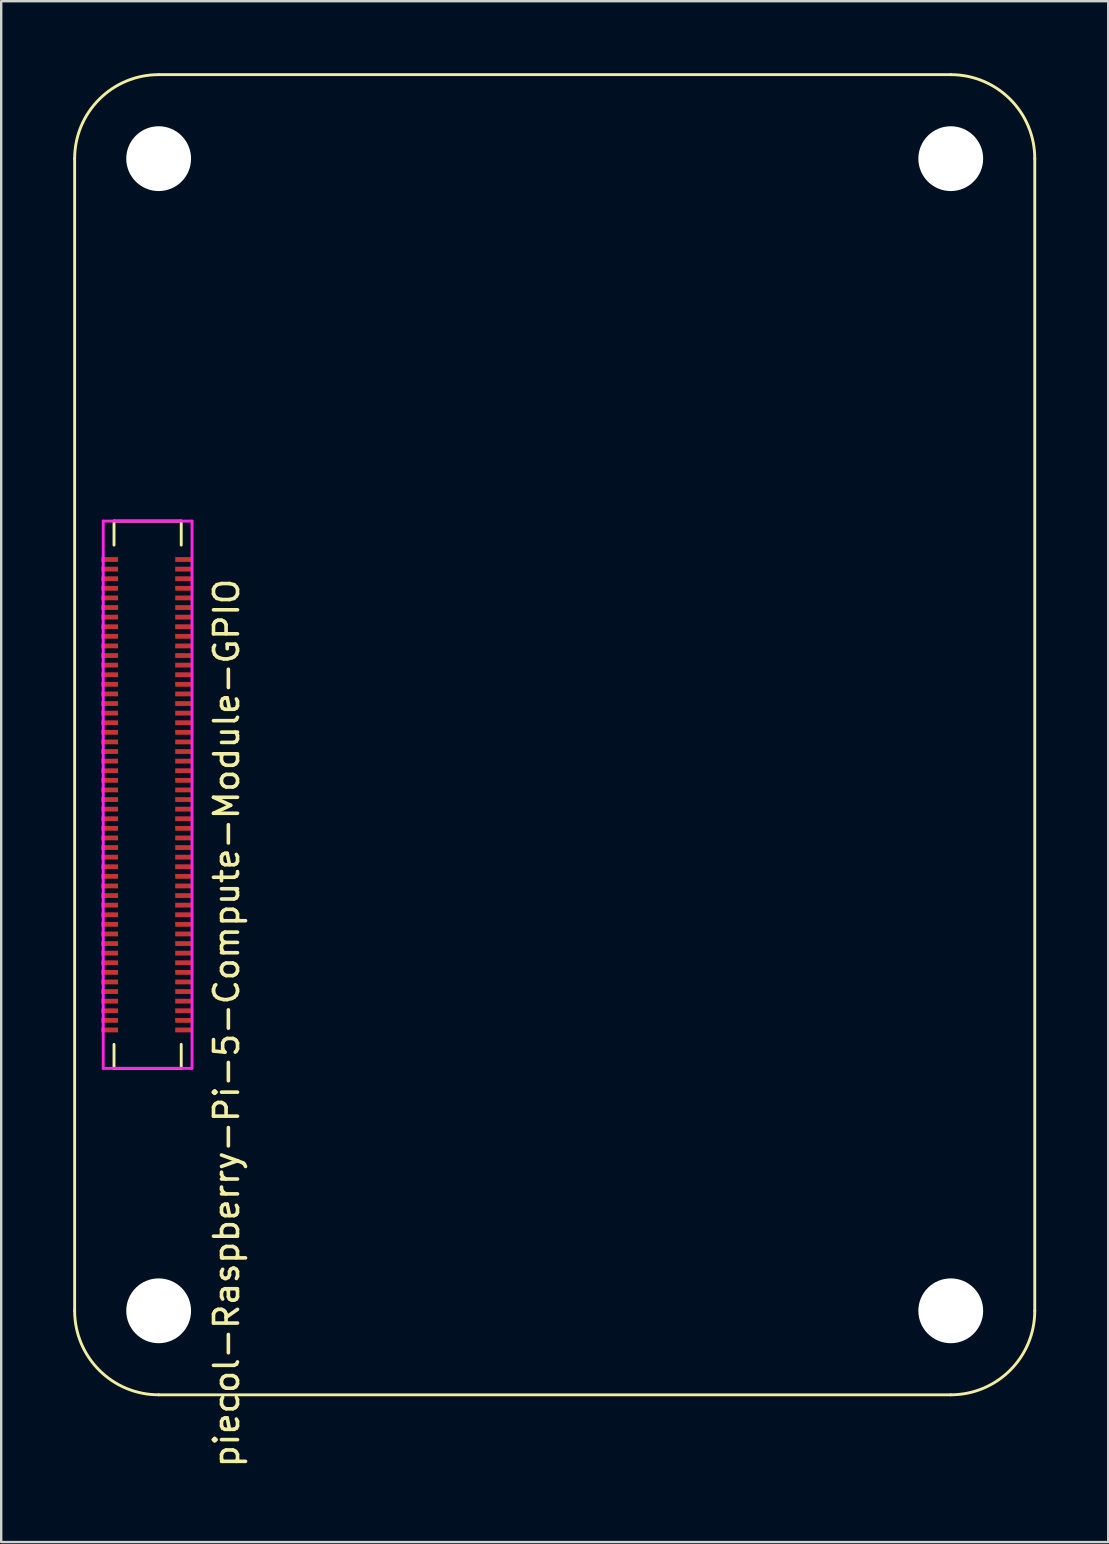
<source format=kicad_pcb>
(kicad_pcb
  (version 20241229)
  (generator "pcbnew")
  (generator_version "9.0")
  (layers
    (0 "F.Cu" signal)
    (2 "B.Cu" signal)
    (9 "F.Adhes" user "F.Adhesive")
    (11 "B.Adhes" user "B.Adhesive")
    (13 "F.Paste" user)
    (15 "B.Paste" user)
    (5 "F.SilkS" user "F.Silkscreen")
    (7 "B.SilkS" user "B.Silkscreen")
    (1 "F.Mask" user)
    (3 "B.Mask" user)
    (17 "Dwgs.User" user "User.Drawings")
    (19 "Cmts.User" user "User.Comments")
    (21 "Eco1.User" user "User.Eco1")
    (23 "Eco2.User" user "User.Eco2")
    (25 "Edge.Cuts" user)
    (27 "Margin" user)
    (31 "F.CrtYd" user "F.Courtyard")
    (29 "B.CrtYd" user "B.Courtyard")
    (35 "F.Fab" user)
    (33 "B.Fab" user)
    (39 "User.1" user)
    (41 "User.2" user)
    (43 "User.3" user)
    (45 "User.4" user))
  (footprint "piecol-Raspberry-Pi-5-Compute-Module-GPIO"
    (layer "F.Cu")
    (at 3.56 51.56)
    (property "Reference" "piecol-Raspberry-Pi-5-Compute-Module-GPIO" (at 2.83 -11.99 270) (layer "F.SilkS") (effects (font (size 1 1) (thickness 0.15))))
    (attr smd)
    (fp_line (start -3.5 -48) (end -3.5 0) (stroke (width 0.12) (type solid)) (layer "F.SilkS"))
    (fp_line (start -1.86 -32.9) (end -1.86 -31.9) (stroke (width 0.12) (type solid)) (layer "F.SilkS"))
    (fp_line (start -1.86 -32.9) (end 0.94 -32.9) (stroke (width 0.12) (type solid)) (layer "F.SilkS"))
    (fp_line (start -1.86 -10.1) (end -1.86 -11.1) (stroke (width 0.12) (type solid)) (layer "F.SilkS"))
    (fp_line (start -1.86 -10.1) (end 0.94 -10.1) (stroke (width 0.12) (type solid)) (layer "F.SilkS"))
    (fp_line (start 0 3.5) (end 33 3.5) (stroke (width 0.12) (type solid)) (layer "F.SilkS"))
    (fp_line (start 0.94 -32.9) (end 0.94 -31.9) (stroke (width 0.12) (type solid)) (layer "F.SilkS"))
    (fp_line (start 0.94 -10.1) (end 0.94 -11.1) (stroke (width 0.12) (type solid)) (layer "F.SilkS"))
    (fp_line (start 33 -51.5) (end 0 -51.5) (stroke (width 0.12) (type solid)) (layer "F.SilkS"))
    (fp_line (start 36.5 0) (end 36.5 -48) (stroke (width 0.12) (type solid)) (layer "F.SilkS"))
    (fp_arc (start -3.5 -48) (mid -2.474874 -50.474874) (end 0 -51.5) (stroke (width 0.12) (type solid)) (layer "F.SilkS"))
    (fp_arc (start 0 3.5) (mid -2.474874 2.474874) (end -3.5 0) (stroke (width 0.12) (type solid)) (layer "F.SilkS"))
    (fp_arc (start 33 -51.5) (mid 35.474874 -50.474874) (end 36.5 -48) (stroke (width 0.12) (type solid)) (layer "F.SilkS"))
    (fp_arc (start 36.5 0) (mid 35.474874 2.474874) (end 33 3.5) (stroke (width 0.12) (type solid)) (layer "F.SilkS"))
    (fp_line (start -2.31 -32.9) (end 1.39 -32.9) (stroke (width 0.12) (type solid)) (layer "F.CrtYd"))
    (fp_line (start -2.31 -10.1) (end -2.31 -32.9) (stroke (width 0.12) (type solid)) (layer "F.CrtYd"))
    (fp_line (start 1.39 -32.9) (end 1.39 -10.1) (stroke (width 0.12) (type solid)) (layer "F.CrtYd"))
    (fp_line (start 1.39 -10.1) (end -2.31 -10.1) (stroke (width 0.12) (type solid)) (layer "F.CrtYd"))
    (pad "" np_thru_hole circle (at 0 -48) (size 2.7 2.7) (drill 2.7) (layers "*.Cu"))
    (pad "" np_thru_hole circle (at 0 0) (size 2.7 2.7) (drill 2.7) (layers "*.Cu"))
    (pad "" np_thru_hole circle (at 33 -48) (size 2.7 2.7) (drill 2.7) (layers "*.Cu"))
    (pad "" np_thru_hole circle (at 33 0) (size 2.7 2.7) (drill 2.7) (layers "*.Cu"))
    (pad "1" smd rect (at -2.04 -31.3 270) (size 0.2 0.7) (layers "F.Cu" "F.Mask" "F.Paste"))
    (pad "2" smd rect (at 1.04 -31.3 270) (size 0.2 0.7) (layers "F.Cu" "F.Mask" "F.Paste"))
    (pad "3" smd rect (at -2.04 -30.9 270) (size 0.2 0.7) (layers "F.Cu" "F.Mask" "F.Paste"))
    (pad "4" smd rect (at 1.04 -30.9 270) (size 0.2 0.7) (layers "F.Cu" "F.Mask" "F.Paste"))
    (pad "5" smd rect (at -2.04 -30.5 270) (size 0.2 0.7) (layers "F.Cu" "F.Mask" "F.Paste"))
    (pad "6" smd rect (at 1.04 -30.5 270) (size 0.2 0.7) (layers "F.Cu" "F.Mask" "F.Paste"))
    (pad "7" smd rect (at -2.04 -30.1 270) (size 0.2 0.7) (layers "F.Cu" "F.Mask" "F.Paste"))
    (pad "8" smd rect (at 1.04 -30.1 270) (size 0.2 0.7) (layers "F.Cu" "F.Mask" "F.Paste"))
    (pad "9" smd rect (at -2.04 -29.7 270) (size 0.2 0.7) (layers "F.Cu" "F.Mask" "F.Paste"))
    (pad "10" smd rect (at 1.04 -29.7 270) (size 0.2 0.7) (layers "F.Cu" "F.Mask" "F.Paste"))
    (pad "11" smd rect (at -2.04 -29.3 270) (size 0.2 0.7) (layers "F.Cu" "F.Mask" "F.Paste"))
    (pad "12" smd rect (at 1.04 -29.3 270) (size 0.2 0.7) (layers "F.Cu" "F.Mask" "F.Paste"))
    (pad "13" smd rect (at -2.04 -28.9 270) (size 0.2 0.7) (layers "F.Cu" "F.Mask" "F.Paste"))
    (pad "14" smd rect (at 1.04 -28.9 270) (size 0.2 0.7) (layers "F.Cu" "F.Mask" "F.Paste"))
    (pad "15" smd rect (at -2.04 -28.5 270) (size 0.2 0.7) (layers "F.Cu" "F.Mask" "F.Paste"))
    (pad "16" smd rect (at 1.04 -28.5 270) (size 0.2 0.7) (layers "F.Cu" "F.Mask" "F.Paste"))
    (pad "17" smd rect (at -2.04 -28.1 270) (size 0.2 0.7) (layers "F.Cu" "F.Mask" "F.Paste"))
    (pad "18" smd rect (at 1.04 -28.1 270) (size 0.2 0.7) (layers "F.Cu" "F.Mask" "F.Paste"))
    (pad "19" smd rect (at -2.04 -27.7 270) (size 0.2 0.7) (layers "F.Cu" "F.Mask" "F.Paste"))
    (pad "20" smd rect (at 1.04 -27.7 270) (size 0.2 0.7) (layers "F.Cu" "F.Mask" "F.Paste"))
    (pad "21" smd rect (at -2.04 -27.3 270) (size 0.2 0.7) (layers "F.Cu" "F.Mask" "F.Paste"))
    (pad "22" smd rect (at 1.04 -27.3 270) (size 0.2 0.7) (layers "F.Cu" "F.Mask" "F.Paste"))
    (pad "23" smd rect (at -2.04 -26.9 270) (size 0.2 0.7) (layers "F.Cu" "F.Mask" "F.Paste"))
    (pad "24" smd rect (at 1.04 -26.9 270) (size 0.2 0.7) (layers "F.Cu" "F.Mask" "F.Paste"))
    (pad "25" smd rect (at -2.04 -26.5 270) (size 0.2 0.7) (layers "F.Cu" "F.Mask" "F.Paste"))
    (pad "26" smd rect (at 1.04 -26.5 270) (size 0.2 0.7) (layers "F.Cu" "F.Mask" "F.Paste"))
    (pad "27" smd rect (at -2.04 -26.1 270) (size 0.2 0.7) (layers "F.Cu" "F.Mask" "F.Paste"))
    (pad "28" smd rect (at 1.04 -26.1 270) (size 0.2 0.7) (layers "F.Cu" "F.Mask" "F.Paste"))
    (pad "29" smd rect (at -2.04 -25.7 270) (size 0.2 0.7) (layers "F.Cu" "F.Mask" "F.Paste"))
    (pad "30" smd rect (at 1.04 -25.7 270) (size 0.2 0.7) (layers "F.Cu" "F.Mask" "F.Paste"))
    (pad "31" smd rect (at -2.04 -25.3 270) (size 0.2 0.7) (layers "F.Cu" "F.Mask" "F.Paste"))
    (pad "32" smd rect (at 1.04 -25.3 270) (size 0.2 0.7) (layers "F.Cu" "F.Mask" "F.Paste"))
    (pad "33" smd rect (at -2.04 -24.9 270) (size 0.2 0.7) (layers "F.Cu" "F.Mask" "F.Paste"))
    (pad "34" smd rect (at 1.04 -24.9 270) (size 0.2 0.7) (layers "F.Cu" "F.Mask" "F.Paste"))
    (pad "35" smd rect (at -2.04 -24.5 270) (size 0.2 0.7) (layers "F.Cu" "F.Mask" "F.Paste"))
    (pad "36" smd rect (at 1.04 -24.5 270) (size 0.2 0.7) (layers "F.Cu" "F.Mask" "F.Paste"))
    (pad "37" smd rect (at -2.04 -24.1 270) (size 0.2 0.7) (layers "F.Cu" "F.Mask" "F.Paste"))
    (pad "38" smd rect (at 1.04 -24.1 270) (size 0.2 0.7) (layers "F.Cu" "F.Mask" "F.Paste"))
    (pad "39" smd rect (at -2.04 -23.7 270) (size 0.2 0.7) (layers "F.Cu" "F.Mask" "F.Paste"))
    (pad "40" smd rect (at 1.04 -23.7 270) (size 0.2 0.7) (layers "F.Cu" "F.Mask" "F.Paste"))
    (pad "41" smd rect (at -2.04 -23.3 270) (size 0.2 0.7) (layers "F.Cu" "F.Mask" "F.Paste"))
    (pad "42" smd rect (at 1.04 -23.3 270) (size 0.2 0.7) (layers "F.Cu" "F.Mask" "F.Paste"))
    (pad "43" smd rect (at -2.04 -22.9 270) (size 0.2 0.7) (layers "F.Cu" "F.Mask" "F.Paste"))
    (pad "44" smd rect (at 1.04 -22.9 270) (size 0.2 0.7) (layers "F.Cu" "F.Mask" "F.Paste"))
    (pad "45" smd rect (at -2.04 -22.5 270) (size 0.2 0.7) (layers "F.Cu" "F.Mask" "F.Paste"))
    (pad "46" smd rect (at 1.04 -22.5 270) (size 0.2 0.7) (layers "F.Cu" "F.Mask" "F.Paste"))
    (pad "47" smd rect (at -2.04 -22.1 270) (size 0.2 0.7) (layers "F.Cu" "F.Mask" "F.Paste"))
    (pad "48" smd rect (at 1.04 -22.1 270) (size 0.2 0.7) (layers "F.Cu" "F.Mask" "F.Paste"))
    (pad "49" smd rect (at -2.04 -21.7 270) (size 0.2 0.7) (layers "F.Cu" "F.Mask" "F.Paste"))
    (pad "50" smd rect (at 1.04 -21.7 270) (size 0.2 0.7) (layers "F.Cu" "F.Mask" "F.Paste"))
    (pad "51" smd rect (at -2.04 -21.3 270) (size 0.2 0.7) (layers "F.Cu" "F.Mask" "F.Paste"))
    (pad "52" smd rect (at 1.04 -21.3 270) (size 0.2 0.7) (layers "F.Cu" "F.Mask" "F.Paste"))
    (pad "53" smd rect (at -2.04 -20.9 270) (size 0.2 0.7) (layers "F.Cu" "F.Mask" "F.Paste"))
    (pad "54" smd rect (at 1.04 -20.9 270) (size 0.2 0.7) (layers "F.Cu" "F.Mask" "F.Paste"))
    (pad "55" smd rect (at -2.04 -20.5 270) (size 0.2 0.7) (layers "F.Cu" "F.Mask" "F.Paste"))
    (pad "56" smd rect (at 1.04 -20.5 270) (size 0.2 0.7) (layers "F.Cu" "F.Mask" "F.Paste"))
    (pad "57" smd rect (at -2.04 -20.1 270) (size 0.2 0.7) (layers "F.Cu" "F.Mask" "F.Paste"))
    (pad "58" smd rect (at 1.04 -20.1 270) (size 0.2 0.7) (layers "F.Cu" "F.Mask" "F.Paste"))
    (pad "59" smd rect (at -2.04 -19.7 270) (size 0.2 0.7) (layers "F.Cu" "F.Mask" "F.Paste"))
    (pad "60" smd rect (at 1.04 -19.7 270) (size 0.2 0.7) (layers "F.Cu" "F.Mask" "F.Paste"))
    (pad "61" smd rect (at -2.04 -19.3 270) (size 0.2 0.7) (layers "F.Cu" "F.Mask" "F.Paste"))
    (pad "62" smd rect (at 1.04 -19.3 270) (size 0.2 0.7) (layers "F.Cu" "F.Mask" "F.Paste"))
    (pad "63" smd rect (at -2.04 -18.9 270) (size 0.2 0.7) (layers "F.Cu" "F.Mask" "F.Paste"))
    (pad "64" smd rect (at 1.04 -18.9 270) (size 0.2 0.7) (layers "F.Cu" "F.Mask" "F.Paste"))
    (pad "65" smd rect (at -2.04 -18.5 270) (size 0.2 0.7) (layers "F.Cu" "F.Mask" "F.Paste"))
    (pad "66" smd rect (at 1.04 -18.5 270) (size 0.2 0.7) (layers "F.Cu" "F.Mask" "F.Paste"))
    (pad "67" smd rect (at -2.04 -18.1 270) (size 0.2 0.7) (layers "F.Cu" "F.Mask" "F.Paste"))
    (pad "68" smd rect (at 1.04 -18.1 270) (size 0.2 0.7) (layers "F.Cu" "F.Mask" "F.Paste"))
    (pad "69" smd rect (at -2.04 -17.7 270) (size 0.2 0.7) (layers "F.Cu" "F.Mask" "F.Paste"))
    (pad "70" smd rect (at 1.04 -17.7 270) (size 0.2 0.7) (layers "F.Cu" "F.Mask" "F.Paste"))
    (pad "71" smd rect (at -2.04 -17.3 270) (size 0.2 0.7) (layers "F.Cu" "F.Mask" "F.Paste"))
    (pad "72" smd rect (at 1.04 -17.3 270) (size 0.2 0.7) (layers "F.Cu" "F.Mask" "F.Paste"))
    (pad "73" smd rect (at -2.04 -16.9 270) (size 0.2 0.7) (layers "F.Cu" "F.Mask" "F.Paste"))
    (pad "74" smd rect (at 1.04 -16.9 270) (size 0.2 0.7) (layers "F.Cu" "F.Mask" "F.Paste"))
    (pad "75" smd rect (at -2.04 -16.5 270) (size 0.2 0.7) (layers "F.Cu" "F.Mask" "F.Paste"))
    (pad "76" smd rect (at 1.04 -16.5 270) (size 0.2 0.7) (layers "F.Cu" "F.Mask" "F.Paste"))
    (pad "77" smd rect (at -2.04 -16.1 270) (size 0.2 0.7) (layers "F.Cu" "F.Mask" "F.Paste"))
    (pad "78" smd rect (at 1.04 -16.1 270) (size 0.2 0.7) (layers "F.Cu" "F.Mask" "F.Paste"))
    (pad "79" smd rect (at -2.04 -15.7 270) (size 0.2 0.7) (layers "F.Cu" "F.Mask" "F.Paste"))
    (pad "80" smd rect (at 1.04 -15.7 270) (size 0.2 0.7) (layers "F.Cu" "F.Mask" "F.Paste"))
    (pad "81" smd rect (at -2.04 -15.3 270) (size 0.2 0.7) (layers "F.Cu" "F.Mask" "F.Paste"))
    (pad "82" smd rect (at 1.04 -15.3 270) (size 0.2 0.7) (layers "F.Cu" "F.Mask" "F.Paste"))
    (pad "83" smd rect (at -2.04 -14.9 270) (size 0.2 0.7) (layers "F.Cu" "F.Mask" "F.Paste"))
    (pad "84" smd rect (at 1.04 -14.9 270) (size 0.2 0.7) (layers "F.Cu" "F.Mask" "F.Paste"))
    (pad "85" smd rect (at -2.04 -14.5 270) (size 0.2 0.7) (layers "F.Cu" "F.Mask" "F.Paste"))
    (pad "86" smd rect (at 1.04 -14.5 270) (size 0.2 0.7) (layers "F.Cu" "F.Mask" "F.Paste"))
    (pad "87" smd rect (at -2.04 -14.1 270) (size 0.2 0.7) (layers "F.Cu" "F.Mask" "F.Paste"))
    (pad "88" smd rect (at 1.04 -14.1 270) (size 0.2 0.7) (layers "F.Cu" "F.Mask" "F.Paste"))
    (pad "89" smd rect (at -2.04 -13.7 270) (size 0.2 0.7) (layers "F.Cu" "F.Mask" "F.Paste"))
    (pad "90" smd rect (at 1.04 -13.7 270) (size 0.2 0.7) (layers "F.Cu" "F.Mask" "F.Paste"))
    (pad "91" smd rect (at -2.04 -13.3 270) (size 0.2 0.7) (layers "F.Cu" "F.Mask" "F.Paste"))
    (pad "92" smd rect (at 1.04 -13.3 270) (size 0.2 0.7) (layers "F.Cu" "F.Mask" "F.Paste"))
    (pad "93" smd rect (at -2.04 -12.9 270) (size 0.2 0.7) (layers "F.Cu" "F.Mask" "F.Paste"))
    (pad "94" smd rect (at 1.04 -12.9 270) (size 0.2 0.7) (layers "F.Cu" "F.Mask" "F.Paste"))
    (pad "95" smd rect (at -2.04 -12.5 270) (size 0.2 0.7) (layers "F.Cu" "F.Mask" "F.Paste"))
    (pad "96" smd rect (at 1.04 -12.5 270) (size 0.2 0.7) (layers "F.Cu" "F.Mask" "F.Paste"))
    (pad "97" smd rect (at -2.04 -12.1 270) (size 0.2 0.7) (layers "F.Cu" "F.Mask" "F.Paste"))
    (pad "98" smd rect (at 1.04 -12.1 270) (size 0.2 0.7) (layers "F.Cu" "F.Mask" "F.Paste"))
    (pad "99" smd rect (at -2.04 -11.7 270) (size 0.2 0.7) (layers "F.Cu" "F.Mask" "F.Paste"))
    (pad "100" smd rect (at 1.04 -11.7 270) (size 0.2 0.7) (layers "F.Cu" "F.Mask" "F.Paste")))
  (gr_rect
    (start -3 -3)
    (end 43.12 61.195)
    (stroke (width 0.1) (type default))
    (fill no)
    (layer "Edge.Cuts")))
</source>
